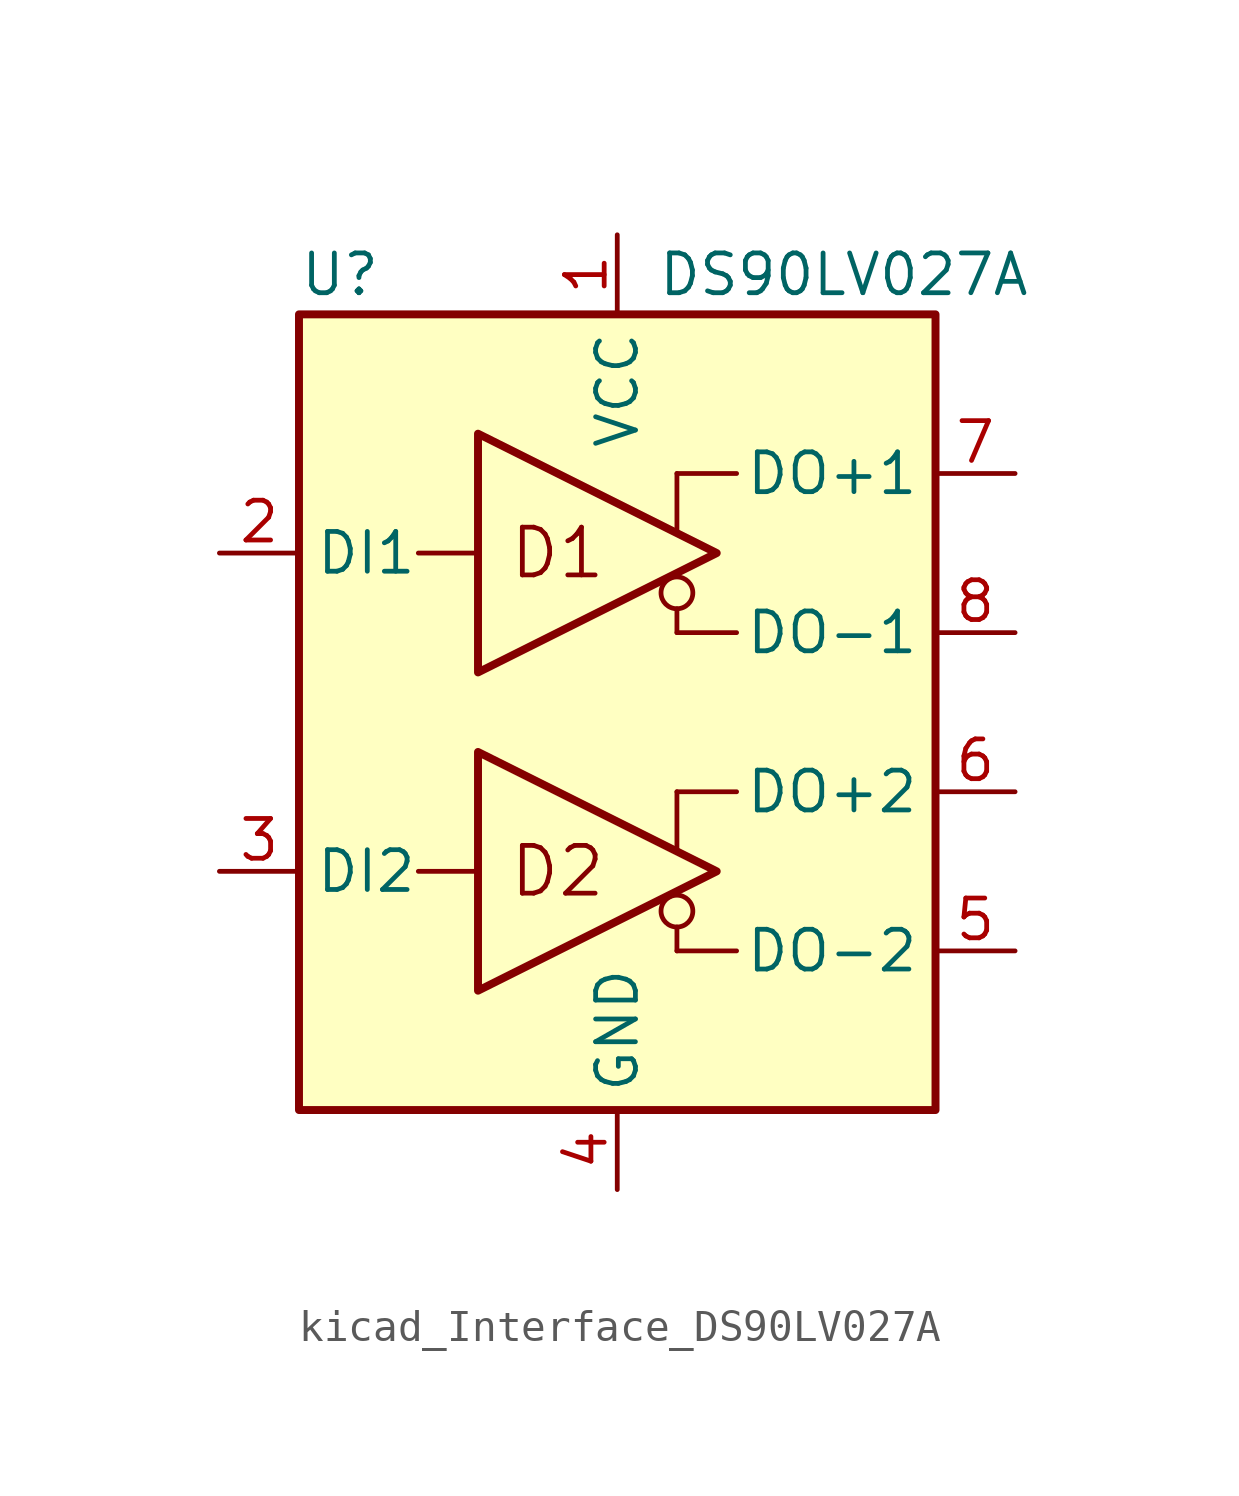
<source format=kicad_sym>
(kicad_symbol_lib
  (version 20220914)
  (generator kicad_symbol_editor)
  (symbol "kicad_Interface_DS90LV027A"
    (property "Reference" "U"
      (at -10.16 13.97 0)
      (effects (font (size 1.27 1.27)) (justify left)))
    (property "Value" "DS90LV027A"
      (at 1.27 13.97 0)
      (effects (font (size 1.27 1.27)) (justify left)))
    (symbol "kicad_Interface_DS90LV027A_1_0"
      (rectangle (start -10.16 12.7) (end 10.16 -12.7) (stroke (width 0.254) (type default)) (fill (type background)))
      (polyline (pts (xy 1.905 -6.858) (xy 1.905 -7.62)) (stroke (width 0) (type default)) (fill (type none)))
      (polyline (pts (xy 1.905 -4.445) (xy 1.905 -2.54)) (stroke (width 0) (type default)) (fill (type none)))
      (polyline (pts (xy 1.905 3.302) (xy 1.905 2.54)) (stroke (width 0) (type default)) (fill (type none)))
      (polyline (pts (xy 1.905 5.715) (xy 1.905 7.62)) (stroke (width 0) (type default)) (fill (type none)))
      (circle (center 1.905 -6.35) (radius 0.508) (stroke (width 0) (type default)) (fill (type none)))
      (circle (center 1.905 3.81) (radius 0.508) (stroke (width 0) (type default)) (fill (type none)))
      (text "D1" (at -1.905 5.08 0) (effects (font (size 1.524 1.524))))
      (text "D2" (at -1.905 -5.08 0) (effects (font (size 1.524 1.524)))))
    (symbol "kicad_Interface_DS90LV027A_1_1"
      (polyline (pts (xy -6.35 -5.08) (xy -4.445 -5.08)) (stroke (width 0) (type default)) (fill (type none)))
      (polyline (pts (xy -6.35 5.08) (xy -4.445 5.08)) (stroke (width 0) (type default)) (fill (type none)))
      (polyline (pts (xy 1.905 -7.62) (xy 3.81 -7.62)) (stroke (width 0) (type default)) (fill (type none)))
      (polyline (pts (xy 1.905 2.54) (xy 3.81 2.54)) (stroke (width 0) (type default)) (fill (type none)))
      (polyline (pts (xy 3.81 -2.54) (xy 1.905 -2.54)) (stroke (width 0) (type default)) (fill (type none)))
      (polyline (pts (xy 3.81 7.62) (xy 1.905 7.62)) (stroke (width 0) (type default)) (fill (type none)))
      (polyline (pts (xy -4.445 -8.89) (xy -4.445 -1.27) (xy 3.175 -5.08) (xy -4.445 -8.89)) (stroke (width 0.254) (type default)) (fill (type none)))
      (polyline (pts (xy -4.445 1.27) (xy -4.445 8.89) (xy 3.175 5.08) (xy -4.445 1.27)) (stroke (width 0.254) (type default)) (fill (type none)))
      (pin power_in line (at 0 15.24 270) (length 2.54) (name "VCC" (effects (font (size 1.27 1.27)))) (number "1" (effects (font (size 1.27 1.27)))))
      (pin input line (at -12.7 5.08 0) (length 2.54) (name "DI1" (effects (font (size 1.27 1.27)))) (number "2" (effects (font (size 1.27 1.27)))))
      (pin input line (at -12.7 -5.08 0) (length 2.54) (name "DI2" (effects (font (size 1.27 1.27)))) (number "3" (effects (font (size 1.27 1.27)))))
      (pin power_in line (at 0 -15.24 90) (length 2.54) (name "GND" (effects (font (size 1.27 1.27)))) (number "4" (effects (font (size 1.27 1.27)))))
      (pin output line (at 12.7 -7.62 180) (length 2.54) (name "DO-2" (effects (font (size 1.27 1.27)))) (number "5" (effects (font (size 1.27 1.27)))))
      (pin output line (at 12.7 -2.54 180) (length 2.54) (name "DO+2" (effects (font (size 1.27 1.27)))) (number "6" (effects (font (size 1.27 1.27)))))
      (pin output line (at 12.7 7.62 180) (length 2.54) (name "DO+1" (effects (font (size 1.27 1.27)))) (number "7" (effects (font (size 1.27 1.27)))))
      (pin output line (at 12.7 2.54 180) (length 2.54) (name "DO-1" (effects (font (size 1.27 1.27)))) (number "8" (effects (font (size 1.27 1.27))))))))
</source>
